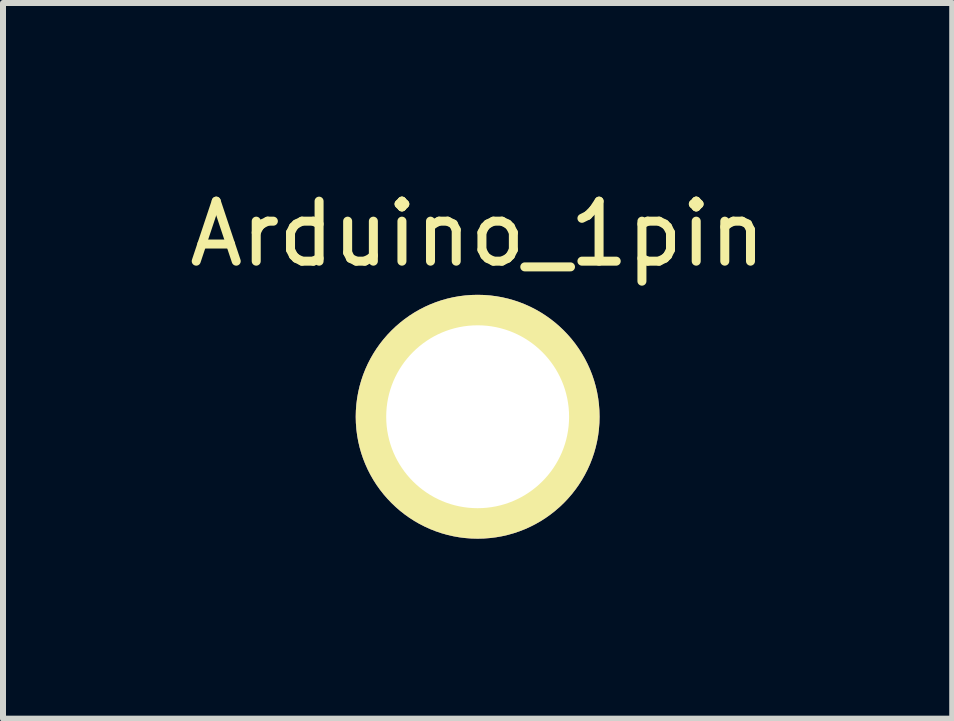
<source format=kicad_pcb>
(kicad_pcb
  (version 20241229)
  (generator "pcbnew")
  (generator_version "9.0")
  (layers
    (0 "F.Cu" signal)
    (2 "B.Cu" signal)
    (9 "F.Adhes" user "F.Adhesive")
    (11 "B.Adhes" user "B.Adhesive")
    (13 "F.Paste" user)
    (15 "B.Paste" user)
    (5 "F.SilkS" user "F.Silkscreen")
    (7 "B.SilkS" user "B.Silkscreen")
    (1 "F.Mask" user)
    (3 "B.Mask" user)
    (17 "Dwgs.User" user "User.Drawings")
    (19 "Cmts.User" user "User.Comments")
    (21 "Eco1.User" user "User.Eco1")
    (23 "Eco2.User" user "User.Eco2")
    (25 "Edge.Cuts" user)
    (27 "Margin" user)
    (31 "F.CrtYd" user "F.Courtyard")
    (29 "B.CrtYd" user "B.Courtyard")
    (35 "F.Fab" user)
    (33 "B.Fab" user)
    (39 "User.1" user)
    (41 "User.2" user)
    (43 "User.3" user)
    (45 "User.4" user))
  (footprint "Arduino_1pin"
    (layer "F.Cu")
    (at 4.911 3.896)
    (property "Reference" "Arduino_1pin" (at 0 -3.048 0) (layer "F.SilkS") (effects (font (size 1 1) (thickness 0.15))))
    (attr through_hole)
    (pad "1" thru_hole circle (at 0 0) (size 4.064 4.064) (drill 3.048) (layers "*.Cu" "*.Mask" "F.SilkS")))
  (gr_rect
    (start -3 -3)
    (end 12.821 8.928)
    (stroke (width 0.1) (type default))
    (fill no)
    (layer "Edge.Cuts")))
</source>
